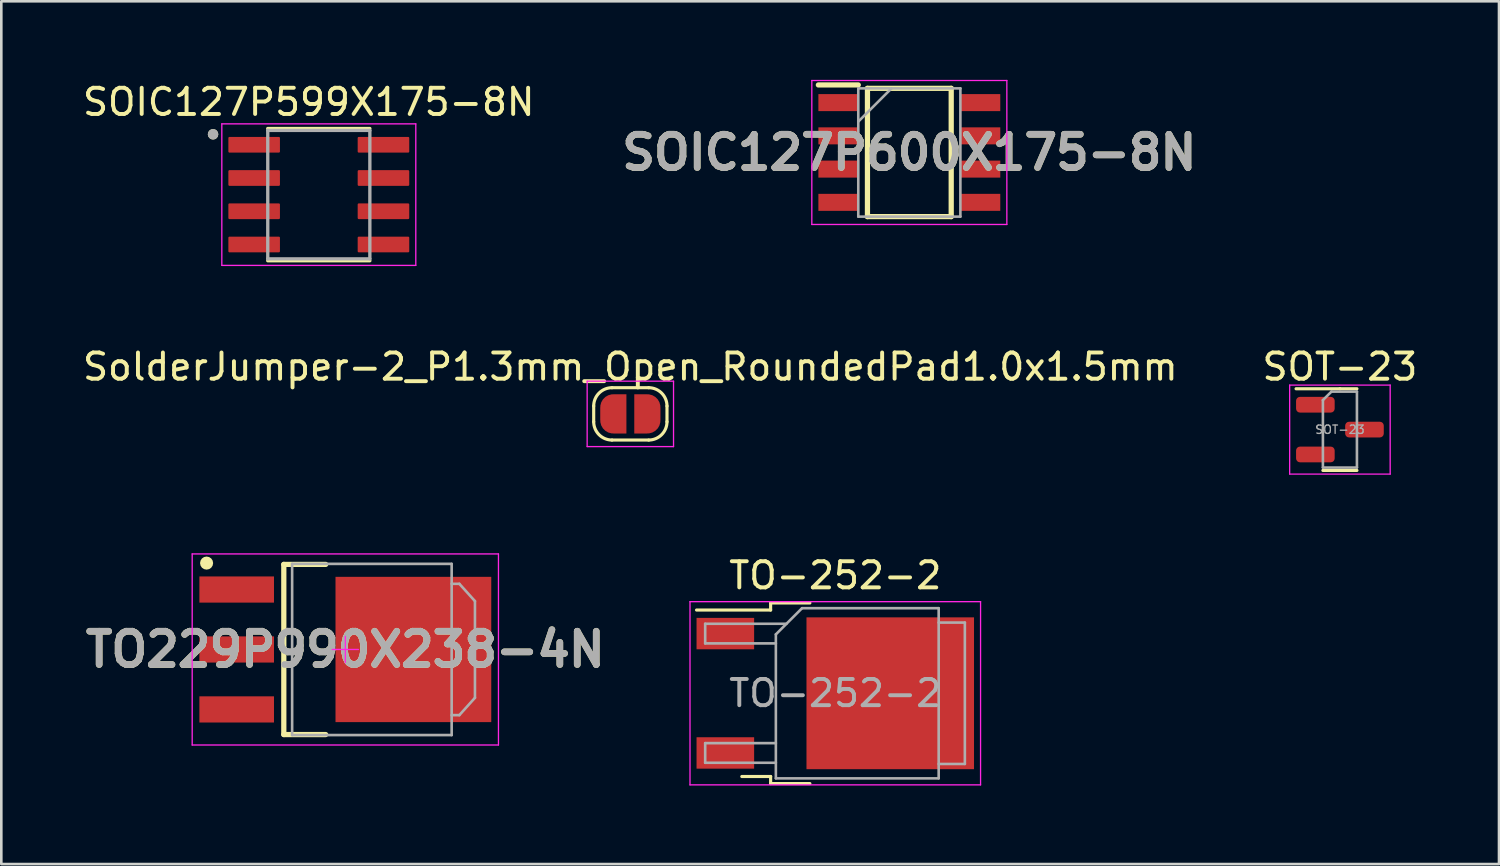
<source format=kicad_pcb>
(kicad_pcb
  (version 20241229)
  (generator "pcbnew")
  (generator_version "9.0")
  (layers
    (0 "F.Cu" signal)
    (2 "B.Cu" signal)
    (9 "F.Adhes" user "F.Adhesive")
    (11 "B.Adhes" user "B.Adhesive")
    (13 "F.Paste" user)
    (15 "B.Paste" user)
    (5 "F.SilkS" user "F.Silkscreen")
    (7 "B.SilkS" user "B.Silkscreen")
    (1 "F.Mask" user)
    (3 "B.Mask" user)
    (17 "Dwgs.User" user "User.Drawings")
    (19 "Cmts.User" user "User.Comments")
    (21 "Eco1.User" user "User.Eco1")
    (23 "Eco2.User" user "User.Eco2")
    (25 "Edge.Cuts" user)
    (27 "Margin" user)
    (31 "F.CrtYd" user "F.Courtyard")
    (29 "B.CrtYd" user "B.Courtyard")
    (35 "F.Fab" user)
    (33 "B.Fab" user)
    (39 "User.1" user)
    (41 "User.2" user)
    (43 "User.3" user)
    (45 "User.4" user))
  (footprint "TO-252-2"
    (layer "F.Cu")
    (at 28.859 23.434)
    (property "Reference" "TO-252-2" (at 0 -4.5 0) (layer "F.SilkS") (effects (font (size 1 1) (thickness 0.15))))
    (attr smd)
    (fp_line (start -2.47 -3.45) (end -2.47 -3.18) (stroke (width 0.12) (type solid)) (layer "F.SilkS"))
    (fp_line (start -2.47 -3.18) (end -5.3 -3.18) (stroke (width 0.12) (type solid)) (layer "F.SilkS"))
    (fp_line (start -2.47 3.18) (end -3.57 3.18) (stroke (width 0.12) (type solid)) (layer "F.SilkS"))
    (fp_line (start -2.47 3.45) (end -2.47 3.18) (stroke (width 0.12) (type solid)) (layer "F.SilkS"))
    (fp_line (start -0.97 -3.45) (end -2.47 -3.45) (stroke (width 0.12) (type solid)) (layer "F.SilkS"))
    (fp_line (start -0.97 3.45) (end -2.47 3.45) (stroke (width 0.12) (type solid)) (layer "F.SilkS"))
    (fp_line (start -5.55 -3.5) (end -5.55 3.5) (stroke (width 0.05) (type solid)) (layer "F.CrtYd"))
    (fp_line (start -5.55 3.5) (end 5.55 3.5) (stroke (width 0.05) (type solid)) (layer "F.CrtYd"))
    (fp_line (start 5.55 -3.5) (end -5.55 -3.5) (stroke (width 0.05) (type solid)) (layer "F.CrtYd"))
    (fp_line (start 5.55 3.5) (end 5.55 -3.5) (stroke (width 0.05) (type solid)) (layer "F.CrtYd"))
    (fp_line (start -4.97 -2.655) (end -4.97 -1.905) (stroke (width 0.1) (type solid)) (layer "F.Fab"))
    (fp_line (start -4.97 -1.905) (end -2.27 -1.905) (stroke (width 0.1) (type solid)) (layer "F.Fab"))
    (fp_line (start -4.97 1.905) (end -4.97 2.655) (stroke (width 0.1) (type solid)) (layer "F.Fab"))
    (fp_line (start -4.97 2.655) (end -2.27 2.655) (stroke (width 0.1) (type solid)) (layer "F.Fab"))
    (fp_line (start -2.27 -2.25) (end -1.27 -3.25) (stroke (width 0.1) (type solid)) (layer "F.Fab"))
    (fp_line (start -2.27 1.905) (end -4.97 1.905) (stroke (width 0.1) (type solid)) (layer "F.Fab"))
    (fp_line (start -2.27 3.25) (end -2.27 -2.25) (stroke (width 0.1) (type solid)) (layer "F.Fab"))
    (fp_line (start -1.865 -2.655) (end -4.97 -2.655) (stroke (width 0.1) (type solid)) (layer "F.Fab"))
    (fp_line (start -1.27 -3.25) (end 3.95 -3.25) (stroke (width 0.1) (type solid)) (layer "F.Fab"))
    (fp_line (start 3.95 -3.25) (end 3.95 3.25) (stroke (width 0.1) (type solid)) (layer "F.Fab"))
    (fp_line (start 3.95 -2.7) (end 4.95 -2.7) (stroke (width 0.1) (type solid)) (layer "F.Fab"))
    (fp_line (start 3.95 3.25) (end -2.27 3.25) (stroke (width 0.1) (type solid)) (layer "F.Fab"))
    (fp_line (start 4.95 -2.7) (end 4.95 2.7) (stroke (width 0.1) (type solid)) (layer "F.Fab"))
    (fp_line (start 4.95 2.7) (end 3.95 2.7) (stroke (width 0.1) (type solid)) (layer "F.Fab"))
    (fp_text user "${REFERENCE}" (at 0 0 0) (layer "F.Fab") (effects (font (size 1 1) (thickness 0.15))))
    (pad "" smd rect (at 0.425 -1.525) (size 3.05 2.75) (layers "F.Paste"))
    (pad "" smd rect (at 0.425 1.525) (size 3.05 2.75) (layers "F.Paste"))
    (pad "" smd rect (at 3.775 -1.525) (size 3.05 2.75) (layers "F.Paste"))
    (pad "" smd rect (at 3.775 1.525) (size 3.05 2.75) (layers "F.Paste"))
    (pad "1" smd rect (at -4.2 -2.28) (size 2.2 1.2) (layers "F.Cu" "F.Mask" "F.Paste"))
    (pad "2" smd rect (at 2.1 0) (size 6.4 5.8) (layers "F.Cu" "F.Mask"))
    (pad "3" smd rect (at -4.2 2.28) (size 2.2 1.2) (layers "F.Cu" "F.Mask" "F.Paste")))
  (footprint "SOIC127P600X175-8N"
    (layer "F.Cu")
    (at 31.688 2.775)
    (property "Reference" "SOIC127P600X175-8N" (at 0 0 0) (layer "F.SilkS") (effects (font (size 1.27 1.27) (thickness 0.254))))
    (attr smd)
    (fp_line (start -3.475 -2.58) (end -1.95 -2.58) (stroke (width 0.2) (type solid)) (layer "F.SilkS"))
    (fp_line (start -1.6 -2.45) (end 1.6 -2.45) (stroke (width 0.2) (type solid)) (layer "F.SilkS"))
    (fp_line (start -1.6 2.45) (end -1.6 -2.45) (stroke (width 0.2) (type solid)) (layer "F.SilkS"))
    (fp_line (start 1.6 -2.45) (end 1.6 2.45) (stroke (width 0.2) (type solid)) (layer "F.SilkS"))
    (fp_line (start 1.6 2.45) (end -1.6 2.45) (stroke (width 0.2) (type solid)) (layer "F.SilkS"))
    (fp_line (start -3.725 -2.75) (end 3.725 -2.75) (stroke (width 0.05) (type solid)) (layer "F.CrtYd"))
    (fp_line (start -3.725 2.75) (end -3.725 -2.75) (stroke (width 0.05) (type solid)) (layer "F.CrtYd"))
    (fp_line (start 3.725 -2.75) (end 3.725 2.75) (stroke (width 0.05) (type solid)) (layer "F.CrtYd"))
    (fp_line (start 3.725 2.75) (end -3.725 2.75) (stroke (width 0.05) (type solid)) (layer "F.CrtYd"))
    (fp_line (start -1.95 -2.45) (end 1.95 -2.45) (stroke (width 0.1) (type solid)) (layer "F.Fab"))
    (fp_line (start -1.95 -1.18) (end -0.68 -2.45) (stroke (width 0.1) (type solid)) (layer "F.Fab"))
    (fp_line (start -1.95 2.45) (end -1.95 -2.45) (stroke (width 0.1) (type solid)) (layer "F.Fab"))
    (fp_line (start 1.95 -2.45) (end 1.95 2.45) (stroke (width 0.1) (type solid)) (layer "F.Fab"))
    (fp_line (start 1.95 2.45) (end -1.95 2.45) (stroke (width 0.1) (type solid)) (layer "F.Fab"))
    (fp_text user "${REFERENCE}" (at 0 0 0) (layer "F.Fab") (effects (font (size 1.27 1.27) (thickness 0.254))))
    (pad "1" smd rect (at -2.712 -1.905 90) (size 0.65 1.525) (layers "F.Cu" "F.Mask" "F.Paste"))
    (pad "2" smd rect (at -2.712 -0.635 90) (size 0.65 1.525) (layers "F.Cu" "F.Mask" "F.Paste"))
    (pad "3" smd rect (at -2.712 0.635 90) (size 0.65 1.525) (layers "F.Cu" "F.Mask" "F.Paste"))
    (pad "4" smd rect (at -2.712 1.905 90) (size 0.65 1.525) (layers "F.Cu" "F.Mask" "F.Paste"))
    (pad "5" smd rect (at 2.712 1.905 90) (size 0.65 1.525) (layers "F.Cu" "F.Mask" "F.Paste"))
    (pad "6" smd rect (at 2.712 0.635 90) (size 0.65 1.525) (layers "F.Cu" "F.Mask" "F.Paste"))
    (pad "7" smd rect (at 2.712 -0.635 90) (size 0.65 1.525) (layers "F.Cu" "F.Mask" "F.Paste"))
    (pad "8" smd rect (at 2.712 -1.905 90) (size 0.65 1.525) (layers "F.Cu" "F.Mask" "F.Paste")))
  (footprint "TO229P990X238-4N"
    (layer "F.Cu")
    (at 10.142 21.761)
    (property "Reference" "TO229P990X238-4N" (at 0 0 0) (layer "F.SilkS") (effects (font (size 1.27 1.27) (thickness 0.254))))
    (attr smd)
    (fp_line (start -2.35 -3.25) (end -0.75 -3.25) (stroke (width 0.2) (type solid)) (layer "F.SilkS"))
    (fp_line (start -2.35 3.25) (end -2.35 -3.25) (stroke (width 0.2) (type solid)) (layer "F.SilkS"))
    (fp_line (start -0.75 3.25) (end -2.35 3.25) (stroke (width 0.2) (type solid)) (layer "F.SilkS"))
    (fp_circle (center -5.3 -3.3) (end -5.3 -3.175) (stroke (width 0.25) (type solid)) (fill no) (layer "F.SilkS"))
    (fp_line (start -5.85 -3.65) (end -5.85 3.65) (stroke (width 0.05) (type solid)) (layer "F.CrtYd"))
    (fp_line (start -5.85 3.65) (end 5.85 3.65) (stroke (width 0.05) (type solid)) (layer "F.CrtYd"))
    (fp_line (start -2.095 -3.365) (end -2.095 3.365) (stroke (width 0.001) (type solid)) (layer "F.CrtYd"))
    (fp_line (start -2.095 3.365) (end 4.125 3.365) (stroke (width 0.001) (type solid)) (layer "F.CrtYd"))
    (fp_line (start -0.5 0) (end 0.5 0) (stroke (width 0.05) (type solid)) (layer "F.CrtYd"))
    (fp_line (start 0 0.5) (end 0 -0.5) (stroke (width 0.05) (type solid)) (layer "F.CrtYd"))
    (fp_line (start 4.125 -3.365) (end -2.095 -3.365) (stroke (width 0.001) (type solid)) (layer "F.CrtYd"))
    (fp_line (start 4.125 3.365) (end 4.125 -3.365) (stroke (width 0.001) (type solid)) (layer "F.CrtYd"))
    (fp_line (start 5.85 -3.65) (end -5.85 -3.65) (stroke (width 0.05) (type solid)) (layer "F.CrtYd"))
    (fp_line (start 5.85 3.65) (end 5.85 -3.65) (stroke (width 0.05) (type solid)) (layer "F.CrtYd"))
    (fp_line (start -2.032 -3.27) (end -2.032 3.27) (stroke (width 0.1) (type solid)) (layer "F.Fab"))
    (fp_line (start -2.032 3.27) (end 4.062 3.27) (stroke (width 0.1) (type solid)) (layer "F.Fab"))
    (fp_line (start 4.062 -3.27) (end -2.032 -3.27) (stroke (width 0.1) (type solid)) (layer "F.Fab"))
    (fp_line (start 4.062 2.508) (end 4.356 2.508) (stroke (width 0.1) (type solid)) (layer "F.Fab"))
    (fp_line (start 4.062 3.27) (end 4.062 -3.27) (stroke (width 0.1) (type solid)) (layer "F.Fab"))
    (fp_line (start 4.356 -2.508) (end 4.062 -2.508) (stroke (width 0.1) (type solid)) (layer "F.Fab"))
    (fp_line (start 4.356 2.508) (end 4.952 1.846) (stroke (width 0.1) (type solid)) (layer "F.Fab"))
    (fp_line (start 4.952 -1.847) (end 4.356 -2.508) (stroke (width 0.1) (type solid)) (layer "F.Fab"))
    (fp_line (start 4.952 1.846) (end 4.952 -1.847) (stroke (width 0.1) (type solid)) (layer "F.Fab"))
    (fp_text user "${REFERENCE}" (at 0 0 0) (layer "F.Fab") (effects (font (size 1.27 1.27) (thickness 0.254))))
    (pad "1" smd rect (at -4.15 -2.29 90) (size 1 2.85) (layers "F.Cu" "F.Mask" "F.Paste"))
    (pad "2" smd rect (at -4.15 0 90) (size 1 2.85) (layers "F.Cu" "F.Mask" "F.Paste"))
    (pad "3" smd rect (at -4.15 2.29 90) (size 1 2.85) (layers "F.Cu" "F.Mask" "F.Paste"))
    (pad "4" smd rect (at 2.6 0 90) (size 5.55 5.95) (layers "F.Cu" "F.Mask" "F.Paste")))
  (footprint "SOIC127P599X175-8N"
    (layer "F.Cu")
    (at 9.129 4.385)
    (property "Reference" "SOIC127P599X175-8N" (at -0.385 -3.537 0) (layer "F.SilkS") (effects (font (size 1 1) (thickness 0.15))))
    (attr through_hole)
    (fp_line (start -1.95 -2.525) (end 1.95 -2.525) (stroke (width 0.127) (type solid)) (layer "F.SilkS"))
    (fp_line (start -1.95 2.525) (end 1.95 2.525) (stroke (width 0.127) (type solid)) (layer "F.SilkS"))
    (fp_circle (center -4.04 -2.305) (end -3.94 -2.305) (stroke (width 0.2) (type solid)) (fill no) (layer "F.SilkS"))
    (fp_line (start -3.705 -2.703) (end -3.705 2.703) (stroke (width 0.05) (type solid)) (layer "F.CrtYd"))
    (fp_line (start -3.705 -2.703) (end 3.705 -2.703) (stroke (width 0.05) (type solid)) (layer "F.CrtYd"))
    (fp_line (start -3.705 2.703) (end 3.705 2.703) (stroke (width 0.05) (type solid)) (layer "F.CrtYd"))
    (fp_line (start 3.705 -2.703) (end 3.705 2.703) (stroke (width 0.05) (type solid)) (layer "F.CrtYd"))
    (fp_line (start -1.95 -2.453) (end -1.95 2.453) (stroke (width 0.127) (type solid)) (layer "F.Fab"))
    (fp_line (start -1.95 -2.453) (end 1.95 -2.453) (stroke (width 0.127) (type solid)) (layer "F.Fab"))
    (fp_line (start -1.95 2.453) (end 1.95 2.453) (stroke (width 0.127) (type solid)) (layer "F.Fab"))
    (fp_line (start 1.95 -2.453) (end 1.95 2.453) (stroke (width 0.127) (type solid)) (layer "F.Fab"))
    (fp_circle (center -4.04 -2.305) (end -3.94 -2.305) (stroke (width 0.2) (type solid)) (fill no) (layer "F.Fab"))
    (pad "1" smd roundrect (at -2.47 -1.905) (size 1.97 0.6) (layers "F.Cu" "F.Mask" "F.Paste") (roundrect_rratio 0.07))
    (pad "2" smd roundrect (at -2.47 -0.635) (size 1.97 0.6) (layers "F.Cu" "F.Mask" "F.Paste") (roundrect_rratio 0.07))
    (pad "3" smd roundrect (at -2.47 0.635) (size 1.97 0.6) (layers "F.Cu" "F.Mask" "F.Paste") (roundrect_rratio 0.07))
    (pad "4" smd roundrect (at -2.47 1.905) (size 1.97 0.6) (layers "F.Cu" "F.Mask" "F.Paste") (roundrect_rratio 0.07))
    (pad "5" smd roundrect (at 2.47 1.905) (size 1.97 0.6) (layers "F.Cu" "F.Mask" "F.Paste") (roundrect_rratio 0.07))
    (pad "6" smd roundrect (at 2.47 0.635) (size 1.97 0.6) (layers "F.Cu" "F.Mask" "F.Paste") (roundrect_rratio 0.07))
    (pad "7" smd roundrect (at 2.47 -0.635) (size 1.97 0.6) (layers "F.Cu" "F.Mask" "F.Paste") (roundrect_rratio 0.07))
    (pad "8" smd roundrect (at 2.47 -1.905) (size 1.97 0.6) (layers "F.Cu" "F.Mask" "F.Paste") (roundrect_rratio 0.07)))
  (footprint "SolderJumper-2_P1.3mm_Open_RoundedPad1.0x1.5mm"
    (layer "F.Cu")
    (at 21.03 12.761)
    (property "Reference" "SolderJumper-2_P1.3mm_Open_RoundedPad1.0x1.5mm" (at 0 -1.8 0) (layer "F.SilkS") (effects (font (size 1 1) (thickness 0.15))))
    (attr exclude_from_pos_files)
    (fp_line (start -1.4 0.3) (end -1.4 -0.3) (stroke (width 0.12) (type solid)) (layer "F.SilkS"))
    (fp_line (start -0.7 -1) (end 0.7 -1) (stroke (width 0.12) (type solid)) (layer "F.SilkS"))
    (fp_line (start 0.7 1) (end -0.7 1) (stroke (width 0.12) (type solid)) (layer "F.SilkS"))
    (fp_line (start 1.4 -0.3) (end 1.4 0.3) (stroke (width 0.12) (type solid)) (layer "F.SilkS"))
    (fp_arc (start -1.4 -0.3) (mid -1.194975 -0.794975) (end -0.7 -1) (stroke (width 0.12) (type solid)) (layer "F.SilkS"))
    (fp_arc (start -0.7 1) (mid -1.194975 0.794975) (end -1.4 0.3) (stroke (width 0.12) (type solid)) (layer "F.SilkS"))
    (fp_arc (start 0.7 -1) (mid 1.194975 -0.794975) (end 1.4 -0.3) (stroke (width 0.12) (type solid)) (layer "F.SilkS"))
    (fp_arc (start 1.4 0.3) (mid 1.194975 0.794975) (end 0.7 1) (stroke (width 0.12) (type solid)) (layer "F.SilkS"))
    (fp_line (start -1.65 -1.25) (end -1.65 1.25) (stroke (width 0.05) (type solid)) (layer "F.CrtYd"))
    (fp_line (start -1.65 -1.25) (end 1.65 -1.25) (stroke (width 0.05) (type solid)) (layer "F.CrtYd"))
    (fp_line (start 1.65 1.25) (end -1.65 1.25) (stroke (width 0.05) (type solid)) (layer "F.CrtYd"))
    (fp_line (start 1.65 1.25) (end 1.65 -1.25) (stroke (width 0.05) (type solid)) (layer "F.CrtYd"))
    (pad "1" smd custom (at -0.65 0) (size 1 0.5) (layers "F.Cu" "F.Mask") (options (anchor rect)) (primitives (gr_circle (center 0 0.25) (end 0.5 0.25) (width 0) (fill yes)) (gr_circle (center 0 -0.25) (end 0.5 -0.25) (width 0) (fill yes)) (gr_poly (pts (xy 0.5 0.75) (xy 0 0.75) (xy 0 -0.75) (xy 0.5 -0.75)) (width 0) (fill yes))))
    (pad "2" smd custom (at 0.65 0) (size 1 0.5) (layers "F.Cu" "F.Mask") (options (anchor rect)) (primitives (gr_circle (center 0 0.25) (end 0.5 0.25) (width 0) (fill yes)) (gr_circle (center 0 -0.25) (end 0.5 -0.25) (width 0) (fill yes)) (gr_poly (pts (xy 0 0.75) (xy -0.5 0.75) (xy -0.5 -0.75) (xy 0 -0.75)) (width 0) (fill yes)))))
  (footprint "SOT-23"
    (layer "F.Cu")
    (at 48.137 13.361)
    (property "Reference" "SOT-23" (at 0 -2.4 0) (layer "F.SilkS") (effects (font (size 1 1) (thickness 0.15))))
    (attr smd)
    (fp_line (start 0 -1.56) (end -1.675 -1.56) (stroke (width 0.12) (type solid)) (layer "F.SilkS"))
    (fp_line (start 0 -1.56) (end 0.65 -1.56) (stroke (width 0.12) (type solid)) (layer "F.SilkS"))
    (fp_line (start 0 1.56) (end -0.65 1.56) (stroke (width 0.12) (type solid)) (layer "F.SilkS"))
    (fp_line (start 0 1.56) (end 0.65 1.56) (stroke (width 0.12) (type solid)) (layer "F.SilkS"))
    (fp_line (start -1.92 -1.7) (end -1.92 1.7) (stroke (width 0.05) (type solid)) (layer "F.CrtYd"))
    (fp_line (start -1.92 1.7) (end 1.92 1.7) (stroke (width 0.05) (type solid)) (layer "F.CrtYd"))
    (fp_line (start 1.92 -1.7) (end -1.92 -1.7) (stroke (width 0.05) (type solid)) (layer "F.CrtYd"))
    (fp_line (start 1.92 1.7) (end 1.92 -1.7) (stroke (width 0.05) (type solid)) (layer "F.CrtYd"))
    (fp_line (start -0.65 -1.125) (end -0.325 -1.45) (stroke (width 0.1) (type solid)) (layer "F.Fab"))
    (fp_line (start -0.65 1.45) (end -0.65 -1.125) (stroke (width 0.1) (type solid)) (layer "F.Fab"))
    (fp_line (start -0.325 -1.45) (end 0.65 -1.45) (stroke (width 0.1) (type solid)) (layer "F.Fab"))
    (fp_line (start 0.65 -1.45) (end 0.65 1.45) (stroke (width 0.1) (type solid)) (layer "F.Fab"))
    (fp_line (start 0.65 1.45) (end -0.65 1.45) (stroke (width 0.1) (type solid)) (layer "F.Fab"))
    (fp_text user "${REFERENCE}" (at 0 0 0) (layer "F.Fab") (effects (font (size 0.32 0.32) (thickness 0.05))))
    (pad "1" smd roundrect (at -0.938 -0.95) (size 1.475 0.6) (layers "F.Cu" "F.Mask" "F.Paste") (roundrect_rratio 0.25))
    (pad "2" smd roundrect (at -0.938 0.95) (size 1.475 0.6) (layers "F.Cu" "F.Mask" "F.Paste") (roundrect_rratio 0.25))
    (pad "3" smd roundrect (at 0.938 0) (size 1.475 0.6) (layers "F.Cu" "F.Mask" "F.Paste") (roundrect_rratio 0.25)))
  (gr_rect
    (start -3 -3)
    (end 54.214 29.959)
    (stroke (width 0.1) (type default))
    (fill no)
    (layer "Edge.Cuts")))
</source>
